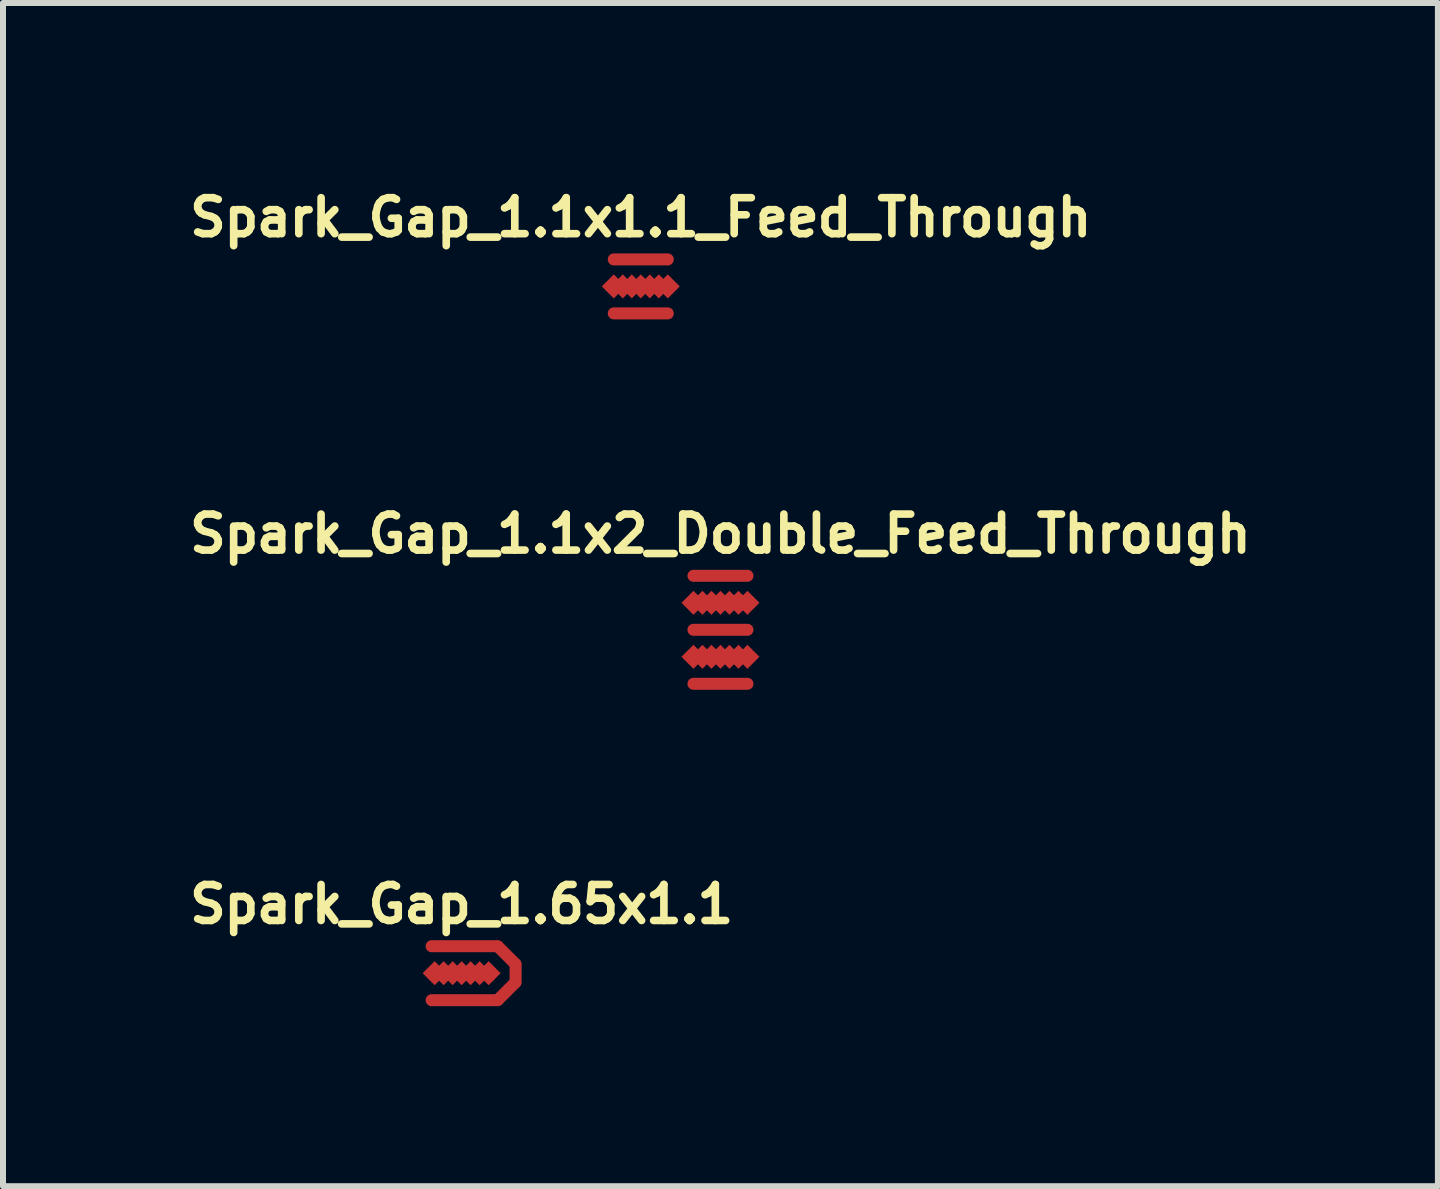
<source format=kicad_pcb>
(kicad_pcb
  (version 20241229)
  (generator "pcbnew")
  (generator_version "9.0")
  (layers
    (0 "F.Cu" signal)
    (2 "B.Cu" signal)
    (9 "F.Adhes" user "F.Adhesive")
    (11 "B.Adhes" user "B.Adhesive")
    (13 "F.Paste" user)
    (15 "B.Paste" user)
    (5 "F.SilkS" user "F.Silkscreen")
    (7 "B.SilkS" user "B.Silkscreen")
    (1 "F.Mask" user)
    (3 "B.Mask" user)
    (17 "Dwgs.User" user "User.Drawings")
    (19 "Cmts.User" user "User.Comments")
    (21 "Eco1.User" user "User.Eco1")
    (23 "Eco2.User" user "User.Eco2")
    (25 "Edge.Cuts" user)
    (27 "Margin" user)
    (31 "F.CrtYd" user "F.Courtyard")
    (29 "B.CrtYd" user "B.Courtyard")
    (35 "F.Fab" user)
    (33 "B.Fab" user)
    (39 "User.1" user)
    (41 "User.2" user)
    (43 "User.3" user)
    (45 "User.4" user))
  (footprint "Spark_Gap_1.1x1.1_Feed_Through"
    (layer "F.Cu")
    (at 7.631 1.724)
    (property "Reference" "Spark_Gap_1.1x1.1_Feed_Through" (at 0 -1.15 0) (layer "F.SilkS") (effects (font (size 0.6 0.6) (thickness 0.127))))
    (attr exclude_from_pos_files exclude_from_bom)
    (pad "1" smd rect (at -0.45 0 45) (size 0.283 0.283) (layers "F.Cu" "F.Mask" "F.Paste"))
    (pad "1" smd rect (at -0.3 0 45) (size 0.283 0.283) (layers "F.Cu" "F.Mask" "F.Paste"))
    (pad "1" smd rect (at -0.15 0 45) (size 0.283 0.283) (layers "F.Cu" "F.Mask" "F.Paste"))
    (pad "1" smd rect (at 0 0 45) (size 0.283 0.283) (layers "F.Cu" "F.Mask" "F.Paste"))
    (pad "1" smd rect (at 0 0) (size 0.5 0.2) (layers "F.Cu" "F.Mask"))
    (pad "1" smd rect (at 0.15 0 45) (size 0.283 0.283) (layers "F.Cu" "F.Mask" "F.Paste"))
    (pad "1" smd rect (at 0.3 0 45) (size 0.283 0.283) (layers "F.Cu" "F.Mask" "F.Paste"))
    (pad "1" smd rect (at 0.45 0 45) (size 0.283 0.283) (layers "F.Cu" "F.Mask" "F.Paste"))
    (pad "2" smd oval (at 0 -0.45) (size 1.1 0.2) (layers "F.Cu" "F.Mask" "F.Paste"))
    (pad "2" smd oval (at 0 0.45) (size 1.1 0.2) (layers "F.Cu" "F.Mask" "F.Paste")))
  (footprint "Spark_Gap_1.1x2_Double_Feed_Through"
    (layer "F.Cu")
    (at 8.959 7.448)
    (property "Reference" "Spark_Gap_1.1x2_Double_Feed_Through" (at 0 -1.6 0) (layer "F.SilkS") (effects (font (size 0.6 0.6) (thickness 0.127))))
    (attr exclude_from_pos_files exclude_from_bom)
    (pad "1" smd rect (at -0.45 0.45 45) (size 0.283 0.283) (layers "F.Cu" "F.Mask" "F.Paste"))
    (pad "1" smd rect (at -0.3 0.45 45) (size 0.283 0.283) (layers "F.Cu" "F.Mask" "F.Paste"))
    (pad "1" smd rect (at -0.15 0.45 45) (size 0.283 0.283) (layers "F.Cu" "F.Mask" "F.Paste"))
    (pad "1" smd rect (at 0 0.45 45) (size 0.283 0.283) (layers "F.Cu" "F.Mask" "F.Paste"))
    (pad "1" smd rect (at 0 0.45) (size 0.5 0.2) (layers "F.Cu" "F.Mask"))
    (pad "1" smd rect (at 0.15 0.45 45) (size 0.283 0.283) (layers "F.Cu" "F.Mask" "F.Paste"))
    (pad "1" smd rect (at 0.3 0.45 45) (size 0.283 0.283) (layers "F.Cu" "F.Mask" "F.Paste"))
    (pad "1" smd rect (at 0.45 0.45 45) (size 0.283 0.283) (layers "F.Cu" "F.Mask" "F.Paste"))
    (pad "2" smd rect (at -0.45 -0.45 45) (size 0.283 0.283) (layers "F.Cu" "F.Mask" "F.Paste"))
    (pad "2" smd rect (at -0.3 -0.45 45) (size 0.283 0.283) (layers "F.Cu" "F.Mask" "F.Paste"))
    (pad "2" smd rect (at -0.15 -0.45 45) (size 0.283 0.283) (layers "F.Cu" "F.Mask" "F.Paste"))
    (pad "2" smd rect (at 0 -0.45 45) (size 0.283 0.283) (layers "F.Cu" "F.Mask" "F.Paste"))
    (pad "2" smd rect (at 0 -0.45) (size 0.5 0.2) (layers "F.Cu" "F.Mask"))
    (pad "2" smd rect (at 0.15 -0.45 45) (size 0.283 0.283) (layers "F.Cu" "F.Mask" "F.Paste"))
    (pad "2" smd rect (at 0.3 -0.45 45) (size 0.283 0.283) (layers "F.Cu" "F.Mask" "F.Paste"))
    (pad "2" smd rect (at 0.45 -0.45 45) (size 0.283 0.283) (layers "F.Cu" "F.Mask" "F.Paste"))
    (pad "3" smd oval (at 0 -0.9) (size 1.1 0.2) (layers "F.Cu" "F.Mask" "F.Paste"))
    (pad "3" smd oval (at 0 0) (size 1.1 0.2) (layers "F.Cu" "F.Mask" "F.Paste"))
    (pad "3" smd oval (at 0 0.9) (size 1.1 0.2) (layers "F.Cu" "F.Mask" "F.Paste")))
  (footprint "Spark_Gap_1.65x1.1"
    (layer "F.Cu")
    (at 4.645 13.172)
    (property "Reference" "Spark_Gap_1.65x1.1" (at 0 -1.15 0) (layer "F.SilkS") (effects (font (size 0.6 0.6) (thickness 0.127))))
    (attr exclude_from_pos_files exclude_from_bom)
    (pad "1" smd rect (at -0.45 0 45) (size 0.283 0.283) (layers "F.Cu" "F.Mask" "F.Paste"))
    (pad "1" smd rect (at -0.3 0 45) (size 0.283 0.283) (layers "F.Cu" "F.Mask" "F.Paste"))
    (pad "1" smd rect (at -0.15 0 45) (size 0.283 0.283) (layers "F.Cu" "F.Mask" "F.Paste"))
    (pad "1" smd rect (at 0 0 45) (size 0.283 0.283) (layers "F.Cu" "F.Mask" "F.Paste"))
    (pad "1" smd rect (at 0.15 0 45) (size 0.283 0.283) (layers "F.Cu" "F.Mask" "F.Paste"))
    (pad "1" smd rect (at 0.15 0) (size 0.8 0.2) (layers "F.Cu" "F.Mask"))
    (pad "1" smd rect (at 0.3 0 45) (size 0.283 0.283) (layers "F.Cu" "F.Mask" "F.Paste"))
    (pad "1" smd rect (at 0.45 0 45) (size 0.283 0.283) (layers "F.Cu" "F.Mask" "F.Paste"))
    (pad "2" smd oval (at 0.05 -0.45) (size 1.3 0.2) (layers "F.Cu" "F.Mask" "F.Paste"))
    (pad "2" smd oval (at 0.05 0.45) (size 1.3 0.2) (layers "F.Cu" "F.Mask" "F.Paste"))
    (pad "2" smd oval (at 0.75 -0.3 45) (size 0.2 0.6) (layers "F.Cu" "F.Mask" "F.Paste"))
    (pad "2" smd oval (at 0.75 0.3 135) (size 0.2 0.6) (layers "F.Cu" "F.Mask" "F.Paste"))
    (pad "2" smd oval (at 0.9 0) (size 0.2 0.5) (layers "F.Cu" "F.Mask" "F.Paste")))
  (gr_rect
    (start -3 -3)
    (end 20.918 16.722)
    (stroke (width 0.1) (type default))
    (fill no)
    (layer "Edge.Cuts")))
</source>
